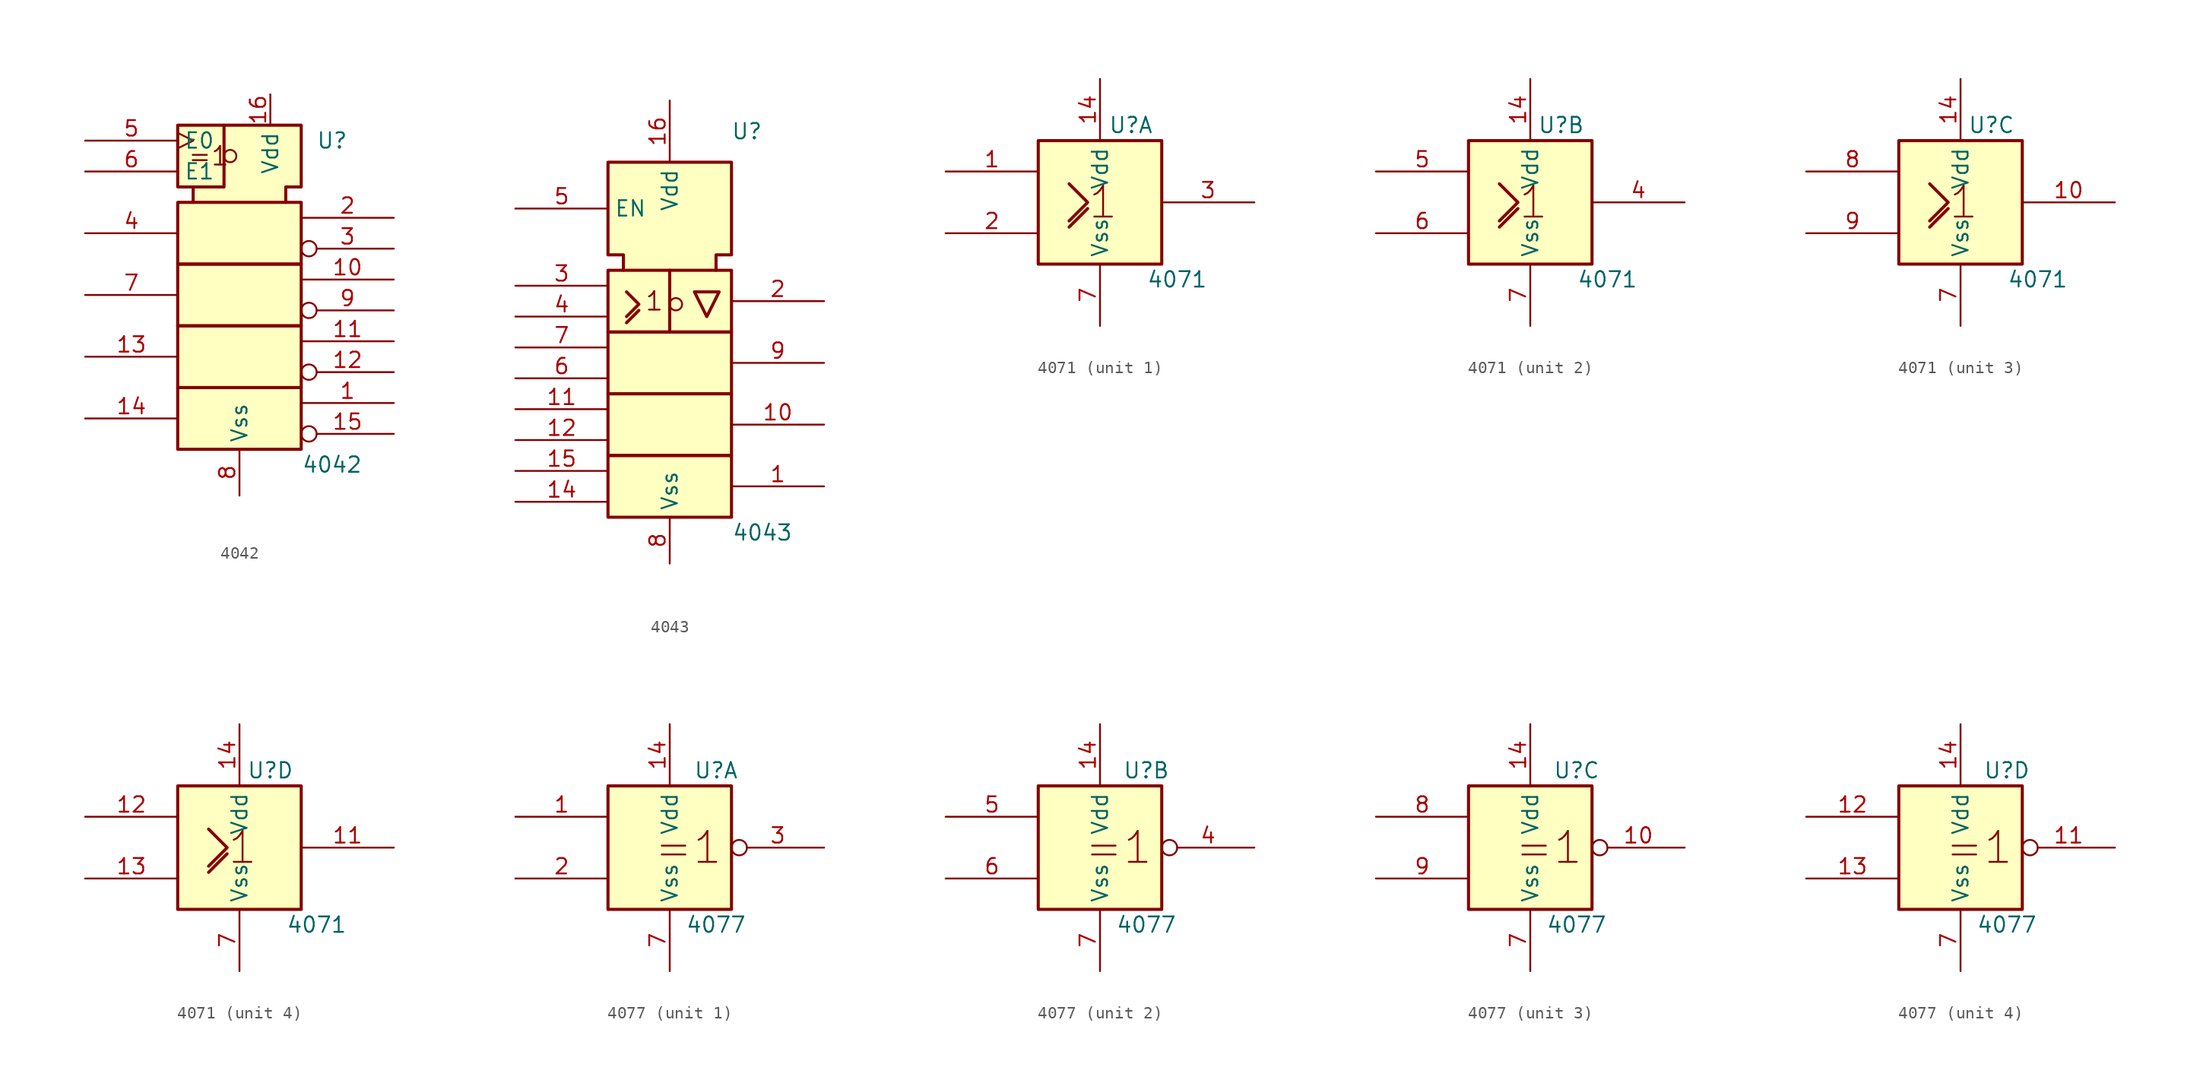
<source format=kicad_sym>
(kicad_symbol_lib
  (version 20231120)
  (generator "kicad_symbol_editor")
  (generator_version "8.0")
  (symbol "4042"
    (property "Reference" "U"
      (at 7.62 11.43 0)
      (effects (font (size 1.27 1.27))))
    (property "Value" "4042"
      (at 7.62 -15.24 0)
      (effects (font (size 1.27 1.27))))
    (symbol "4042_0_0"
      (circle (center -0.762 10.16) (radius 0.508) (stroke (width 0) (type default)) (fill (type none)))
      (polyline (pts (xy -1.27 12.7) (xy -1.27 7.62) (xy -3.81 7.62) (xy -3.81 7.62)) (stroke (width 0.254) (type default)) (fill (type background)))
      (text "=1" (at -2.54 10.16 0) (effects (font (size 1.524 1.524)))))
    (symbol "4042_0_1"
      (rectangle (start -5.08 -8.89) (end 5.08 -13.97) (stroke (width 0.254) (type default)) (fill (type background)))
      (rectangle (start -5.08 1.27) (end 5.08 -3.81) (stroke (width 0.254) (type default)) (fill (type background)))
      (polyline (pts (xy -3.81 6.35) (xy -3.81 7.62) (xy -5.08 7.62) (xy -5.08 12.7) (xy 5.08 12.7) (xy 5.08 7.62) (xy 3.81 7.62) (xy 3.81 6.35) (xy 3.81 6.35)) (stroke (width 0.254) (type default)) (fill (type background)))
      (rectangle (start 5.08 -3.81) (end -5.08 -8.89) (stroke (width 0.254) (type default)) (fill (type background)))
      (rectangle (start 5.08 6.35) (end -5.08 1.27) (stroke (width 0.254) (type default)) (fill (type background))))
    (symbol "4042_1_0"
      (pin output line (at 12.7 -10.16 180) (length 7.62) (name "~" (effects (font (size 1.27 1.27)))) (number "1" (effects (font (size 1.27 1.27)))))
      (pin output line (at 12.7 0 180) (length 7.62) (name "~" (effects (font (size 1.27 1.27)))) (number "10" (effects (font (size 1.27 1.27)))))
      (pin output line (at 12.7 -5.08 180) (length 7.62) (name "~" (effects (font (size 1.27 1.27)))) (number "11" (effects (font (size 1.27 1.27)))))
      (pin output inverted (at 12.7 -7.62 180) (length 7.62) (name "~" (effects (font (size 1.27 1.27)))) (number "12" (effects (font (size 1.27 1.27)))))
      (pin input line (at -12.7 -6.35 0) (length 7.62) (name "~" (effects (font (size 1.27 1.27)))) (number "13" (effects (font (size 1.27 1.27)))))
      (pin input line (at -12.7 -11.43 0) (length 7.62) (name "~" (effects (font (size 1.27 1.27)))) (number "14" (effects (font (size 1.27 1.27)))))
      (pin output inverted (at 12.7 -12.7 180) (length 7.62) (name "~" (effects (font (size 1.27 1.27)))) (number "15" (effects (font (size 1.27 1.27)))))
      (pin power_in line (at 2.54 15.24 270) (length 2.54) (name "Vdd" (effects (font (size 1.27 1.27)))) (number "16" (effects (font (size 1.27 1.27)))))
      (pin output line (at 12.7 5.08 180) (length 7.62) (name "~" (effects (font (size 1.27 1.27)))) (number "2" (effects (font (size 1.27 1.27)))))
      (pin output inverted (at 12.7 2.54 180) (length 7.62) (name "~" (effects (font (size 1.27 1.27)))) (number "3" (effects (font (size 1.27 1.27)))))
      (pin input line (at -12.7 3.81 0) (length 7.62) (name "~" (effects (font (size 1.27 1.27)))) (number "4" (effects (font (size 1.27 1.27)))))
      (pin input clock (at -12.7 11.43 0) (length 7.62) (name "E0" (effects (font (size 1.27 1.27)))) (number "5" (effects (font (size 1.27 1.27)))))
      (pin input line (at -12.7 8.89 0) (length 7.62) (name "E1" (effects (font (size 1.27 1.27)))) (number "6" (effects (font (size 1.27 1.27)))))
      (pin input line (at -12.7 -1.27 0) (length 7.62) (name "~" (effects (font (size 1.27 1.27)))) (number "7" (effects (font (size 1.27 1.27)))))
      (pin power_in line (at 0 -17.78 90) (length 3.81) (name "Vss" (effects (font (size 1.27 1.27)))) (number "8" (effects (font (size 1.27 1.27)))))
      (pin output inverted (at 12.7 -2.54 180) (length 7.62) (name "~" (effects (font (size 1.27 1.27)))) (number "9" (effects (font (size 1.27 1.27)))))))
  (symbol "4043"
    (property "Reference" "U"
      (at 6.35 12.7 0)
      (effects (font (size 1.27 1.27))))
    (property "Value" "4043"
      (at 7.62 -20.32 0)
      (effects (font (size 1.27 1.27))))
    (symbol "4043_0_0"
      (rectangle (start -5.08 -13.97) (end 5.08 -19.05) (stroke (width 0.254) (type default)) (fill (type background)))
      (rectangle (start -5.08 -8.89) (end 5.08 -13.97) (stroke (width 0.254) (type default)) (fill (type background)))
      (rectangle (start -5.08 -3.81) (end 5.08 -8.89) (stroke (width 0.254) (type default)) (fill (type background)))
      (rectangle (start -5.08 1.27) (end 5.08 -3.81) (stroke (width 0.254) (type default)) (fill (type background)))
      (polyline (pts (xy -3.556 -3.048) (xy -2.54 -2.032) (xy -2.54 -2.032)) (stroke (width 0.254) (type default)) (fill (type background)))
      (polyline (pts (xy 0 1.27) (xy 0 -3.81) (xy 0 -3.81)) (stroke (width 0.254) (type default)) (fill (type background)))
      (polyline (pts (xy -3.556 -0.508) (xy -2.54 -1.524) (xy -3.556 -2.54) (xy -3.556 -2.54)) (stroke (width 0.254) (type default)) (fill (type background)))
      (polyline (pts (xy 2.032 -0.508) (xy 3.048 -2.54) (xy 4.064 -0.508) (xy 2.032 -0.508) (xy 2.032 -0.508)) (stroke (width 0.254) (type default)) (fill (type background)))
      (polyline (pts (xy -3.81 1.27) (xy -3.81 2.54) (xy -5.08 2.54) (xy -5.08 10.16) (xy 5.08 10.16) (xy 5.08 2.54) (xy 3.81 2.54) (xy 3.81 1.27) (xy 3.81 1.27)) (stroke (width 0.254) (type default)) (fill (type background)))
      (circle (center 0.508 -1.524) (radius 0.508) (stroke (width 0) (type default)) (fill (type none)))
      (text "1" (at -1.27 -1.27 0) (effects (font (size 1.524 1.524)))))
    (symbol "4043_1_0"
      (pin output line (at 12.7 -16.51 180) (length 7.62) (name "~" (effects (font (size 1.27 1.27)))) (number "1" (effects (font (size 1.27 1.27)))))
      (pin output line (at 12.7 -11.43 180) (length 7.62) (name "~" (effects (font (size 1.27 1.27)))) (number "10" (effects (font (size 1.27 1.27)))))
      (pin input line (at -12.7 -10.16 0) (length 7.62) (name "~" (effects (font (size 1.27 1.27)))) (number "11" (effects (font (size 1.27 1.27)))))
      (pin input line (at -12.7 -12.7 0) (length 7.62) (name "~" (effects (font (size 1.27 1.27)))) (number "12" (effects (font (size 1.27 1.27)))))
      (pin input line (at -12.7 -17.78 0) (length 7.62) (name "~" (effects (font (size 1.27 1.27)))) (number "14" (effects (font (size 1.27 1.27)))))
      (pin input line (at -12.7 -15.24 0) (length 7.62) (name "~" (effects (font (size 1.27 1.27)))) (number "15" (effects (font (size 1.27 1.27)))))
      (pin power_in line (at 0 15.24 270) (length 5.08) (name "Vdd" (effects (font (size 1.27 1.27)))) (number "16" (effects (font (size 1.27 1.27)))))
      (pin output line (at 12.7 -1.27 180) (length 7.62) (name "~" (effects (font (size 1.27 1.27)))) (number "2" (effects (font (size 1.27 1.27)))))
      (pin input line (at -12.7 0 0) (length 7.62) (name "~" (effects (font (size 1.27 1.27)))) (number "3" (effects (font (size 1.27 1.27)))))
      (pin input line (at -12.7 -2.54 0) (length 7.62) (name "~" (effects (font (size 1.27 1.27)))) (number "4" (effects (font (size 1.27 1.27)))))
      (pin input line (at -12.7 6.35 0) (length 7.62) (name "EN" (effects (font (size 1.27 1.27)))) (number "5" (effects (font (size 1.27 1.27)))))
      (pin input line (at -12.7 -7.62 0) (length 7.62) (name "~" (effects (font (size 1.27 1.27)))) (number "6" (effects (font (size 1.27 1.27)))))
      (pin input line (at -12.7 -5.08 0) (length 7.62) (name "~" (effects (font (size 1.27 1.27)))) (number "7" (effects (font (size 1.27 1.27)))))
      (pin power_in line (at 0 -22.86 90) (length 3.81) (name "Vss" (effects (font (size 1.27 1.27)))) (number "8" (effects (font (size 1.27 1.27)))))
      (pin output line (at 12.7 -6.35 180) (length 7.62) (name "~" (effects (font (size 1.27 1.27)))) (number "9" (effects (font (size 1.27 1.27)))))))
  (symbol "4071"
    (property "Reference" "U"
      (at 2.54 6.35 0)
      (effects (font (size 1.27 1.27))))
    (property "Value" "4071"
      (at 6.35 -6.35 0)
      (effects (font (size 1.27 1.27))))
    (symbol "4071_0_0"
      (rectangle (start -5.08 5.08) (end 5.08 -5.08) (stroke (width 0.254) (type default)) (fill (type background)))
      (polyline (pts (xy -2.54 -2.032) (xy -1.016 -0.508) (xy -1.016 -0.508)) (stroke (width 0.254) (type default)) (fill (type background)))
      (polyline (pts (xy -2.54 1.524) (xy -1.016 0) (xy -2.54 -1.524) (xy -2.54 -1.524)) (stroke (width 0.254) (type default)) (fill (type background)))
      (text "1" (at 0.254 0 0) (effects (font (size 2.54 2.54))))
      (pin power_in line (at 0 10.16 270) (length 5.08) (name "Vdd" (effects (font (size 1.27 1.27)))) (number "14" (effects (font (size 1.27 1.27)))))
      (pin power_in line (at 0 -10.16 90) (length 5.08) (name "Vss" (effects (font (size 1.27 1.27)))) (number "7" (effects (font (size 1.27 1.27))))))
    (symbol "4071_1_1"
      (pin input line (at -12.7 2.54 0) (length 7.62) (name "~" (effects (font (size 1.27 1.27)))) (number "1" (effects (font (size 1.27 1.27)))))
      (pin input line (at -12.7 -2.54 0) (length 7.62) (name "~" (effects (font (size 1.27 1.27)))) (number "2" (effects (font (size 1.27 1.27)))))
      (pin output line (at 12.7 0 180) (length 7.62) (name "~" (effects (font (size 1.27 1.27)))) (number "3" (effects (font (size 1.27 1.27))))))
    (symbol "4071_2_1"
      (pin output line (at 12.7 0 180) (length 7.62) (name "~" (effects (font (size 1.27 1.27)))) (number "4" (effects (font (size 1.27 1.27)))))
      (pin input line (at -12.7 2.54 0) (length 7.62) (name "~" (effects (font (size 1.27 1.27)))) (number "5" (effects (font (size 1.27 1.27)))))
      (pin input line (at -12.7 -2.54 0) (length 7.62) (name "~" (effects (font (size 1.27 1.27)))) (number "6" (effects (font (size 1.27 1.27))))))
    (symbol "4071_3_1"
      (pin output line (at 12.7 0 180) (length 7.62) (name "~" (effects (font (size 1.27 1.27)))) (number "10" (effects (font (size 1.27 1.27)))))
      (pin input line (at -12.7 2.54 0) (length 7.62) (name "~" (effects (font (size 1.27 1.27)))) (number "8" (effects (font (size 1.27 1.27)))))
      (pin input line (at -12.7 -2.54 0) (length 7.62) (name "~" (effects (font (size 1.27 1.27)))) (number "9" (effects (font (size 1.27 1.27))))))
    (symbol "4071_4_1"
      (pin output line (at 12.7 0 180) (length 7.62) (name "~" (effects (font (size 1.27 1.27)))) (number "11" (effects (font (size 1.27 1.27)))))
      (pin input line (at -12.7 2.54 0) (length 7.62) (name "~" (effects (font (size 1.27 1.27)))) (number "12" (effects (font (size 1.27 1.27)))))
      (pin input line (at -12.7 -2.54 0) (length 7.62) (name "~" (effects (font (size 1.27 1.27)))) (number "13" (effects (font (size 1.27 1.27)))))))
  (symbol "4077"
    (property "Reference" "U"
      (at 3.81 6.35 0)
      (effects (font (size 1.27 1.27))))
    (property "Value" "4077"
      (at 3.81 -6.35 0)
      (effects (font (size 1.27 1.27))))
    (symbol "4077_0_0"
      (rectangle (start -5.08 5.08) (end 5.08 -5.08) (stroke (width 0.254) (type default)) (fill (type background)))
      (text "=1" (at 1.524 0 0) (effects (font (size 2.54 2.54))))
      (pin power_in line (at 0 10.16 270) (length 5.08) (name "Vdd" (effects (font (size 1.27 1.27)))) (number "14" (effects (font (size 1.27 1.27)))))
      (pin power_in line (at 0 -10.16 90) (length 5.08) (name "Vss" (effects (font (size 1.27 1.27)))) (number "7" (effects (font (size 1.27 1.27))))))
    (symbol "4077_1_1"
      (pin input line (at -12.7 2.54 0) (length 7.62) (name "~" (effects (font (size 1.27 1.27)))) (number "1" (effects (font (size 1.27 1.27)))))
      (pin input line (at -12.7 -2.54 0) (length 7.62) (name "~" (effects (font (size 1.27 1.27)))) (number "2" (effects (font (size 1.27 1.27)))))
      (pin output inverted (at 12.7 0 180) (length 7.62) (name "~" (effects (font (size 1.27 1.27)))) (number "3" (effects (font (size 1.27 1.27))))))
    (symbol "4077_2_1"
      (pin output inverted (at 12.7 0 180) (length 7.62) (name "~" (effects (font (size 1.27 1.27)))) (number "4" (effects (font (size 1.27 1.27)))))
      (pin input line (at -12.7 2.54 0) (length 7.62) (name "~" (effects (font (size 1.27 1.27)))) (number "5" (effects (font (size 1.27 1.27)))))
      (pin input line (at -12.7 -2.54 0) (length 7.62) (name "~" (effects (font (size 1.27 1.27)))) (number "6" (effects (font (size 1.27 1.27))))))
    (symbol "4077_3_1"
      (pin output inverted (at 12.7 0 180) (length 7.62) (name "~" (effects (font (size 1.27 1.27)))) (number "10" (effects (font (size 1.27 1.27)))))
      (pin input line (at -12.7 2.54 0) (length 7.62) (name "~" (effects (font (size 1.27 1.27)))) (number "8" (effects (font (size 1.27 1.27)))))
      (pin input line (at -12.7 -2.54 0) (length 7.62) (name "~" (effects (font (size 1.27 1.27)))) (number "9" (effects (font (size 1.27 1.27))))))
    (symbol "4077_4_1"
      (pin output inverted (at 12.7 0 180) (length 7.62) (name "~" (effects (font (size 1.27 1.27)))) (number "11" (effects (font (size 1.27 1.27)))))
      (pin input line (at -12.7 2.54 0) (length 7.62) (name "~" (effects (font (size 1.27 1.27)))) (number "12" (effects (font (size 1.27 1.27)))))
      (pin input line (at -12.7 -2.54 0) (length 7.62) (name "~" (effects (font (size 1.27 1.27)))) (number "13" (effects (font (size 1.27 1.27))))))))
</source>
